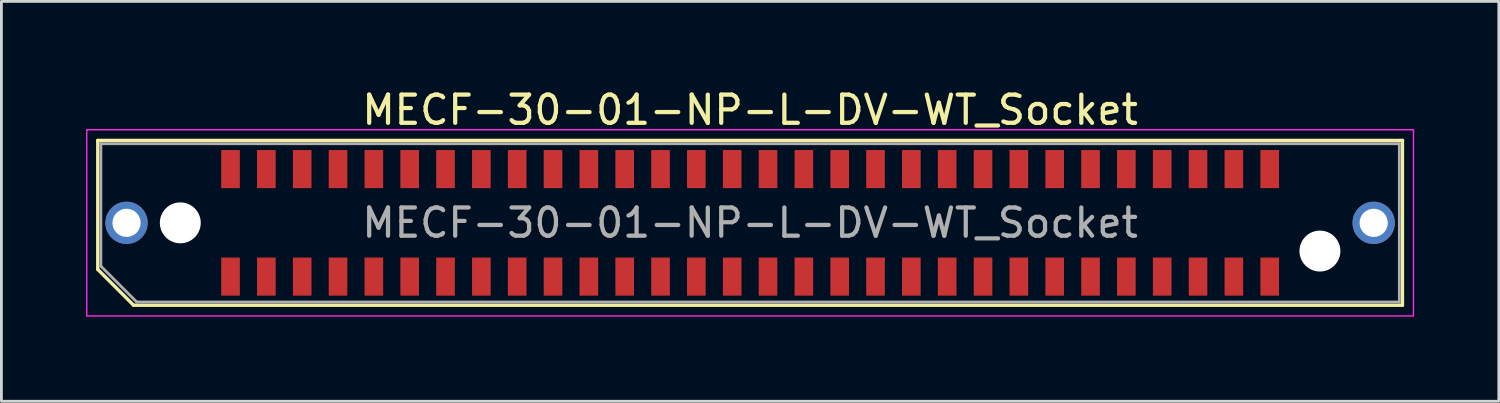
<source format=kicad_pcb>
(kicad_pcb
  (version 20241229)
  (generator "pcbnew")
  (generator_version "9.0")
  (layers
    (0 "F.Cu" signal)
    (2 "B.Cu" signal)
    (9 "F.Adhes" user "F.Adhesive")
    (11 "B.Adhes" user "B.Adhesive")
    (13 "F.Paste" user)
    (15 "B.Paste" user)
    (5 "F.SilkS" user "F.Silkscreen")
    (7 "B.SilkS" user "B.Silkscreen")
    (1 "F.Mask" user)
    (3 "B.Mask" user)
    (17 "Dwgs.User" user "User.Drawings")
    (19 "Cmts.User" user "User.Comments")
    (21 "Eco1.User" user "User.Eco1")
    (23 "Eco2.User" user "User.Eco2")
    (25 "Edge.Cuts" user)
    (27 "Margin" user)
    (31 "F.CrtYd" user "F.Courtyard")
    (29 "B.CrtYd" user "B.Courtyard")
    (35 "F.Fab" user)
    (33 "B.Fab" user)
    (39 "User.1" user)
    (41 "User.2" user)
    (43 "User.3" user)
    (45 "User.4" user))
  (footprint "MECF-30-01-NP-L-DV-WT_Socket"
    (layer "F.Cu")
    (at 23.535 4.848)
    (property "Reference" "MECF-30-01-NP-L-DV-WT_Socket" (at 0 -4 0) (layer "F.SilkS") (effects (font (size 1 1) (thickness 0.15))))
    (attr smd)
    (fp_line (start -23.12 -2.92) (end 23.12 -2.92) (stroke (width 0.12) (type solid)) (layer "F.SilkS"))
    (fp_line (start -23.12 1.65) (end -23.12 -2.92) (stroke (width 0.12) (type solid)) (layer "F.SilkS"))
    (fp_line (start -21.85 2.92) (end -23.12 1.65) (stroke (width 0.12) (type solid)) (layer "F.SilkS"))
    (fp_line (start -21.85 2.92) (end 23.12 2.92) (stroke (width 0.12) (type solid)) (layer "F.SilkS"))
    (fp_line (start 23.12 2.92) (end 23.12 -2.92) (stroke (width 0.12) (type solid)) (layer "F.SilkS"))
    (fp_line (start -23.51 -3.3) (end -23.51 3.3) (stroke (width 0.05) (type solid)) (layer "F.CrtYd"))
    (fp_line (start -23.51 3.3) (end 23.51 3.3) (stroke (width 0.05) (type solid)) (layer "F.CrtYd"))
    (fp_line (start 23.51 -3.3) (end -23.51 -3.3) (stroke (width 0.05) (type solid)) (layer "F.CrtYd"))
    (fp_line (start 23.51 3.3) (end 23.51 -3.3) (stroke (width 0.05) (type solid)) (layer "F.CrtYd"))
    (fp_line (start -23.01 -2.805) (end 23.01 -2.805) (stroke (width 0.1) (type solid)) (layer "F.Fab"))
    (fp_line (start -23.01 1.535) (end -23.01 -2.805) (stroke (width 0.1) (type solid)) (layer "F.Fab"))
    (fp_line (start -23.01 1.535) (end -21.74 2.805) (stroke (width 0.1) (type solid)) (layer "F.Fab"))
    (fp_line (start -21.74 2.805) (end 23.01 2.805) (stroke (width 0.1) (type solid)) (layer "F.Fab"))
    (fp_line (start 23.01 2.805) (end 23.01 -2.805) (stroke (width 0.1) (type solid)) (layer "F.Fab"))
    (fp_text user "${REFERENCE}" (at 0 0 0) (layer "F.Fab") (effects (font (size 1 1) (thickness 0.15))))
    (pad "" thru_hole circle (at -22.1 0) (size 1.5 1.5) (drill 1) (layers "*.Cu" "*.Mask"))
    (pad "" np_thru_hole circle (at -20.195 0) (size 1.45 1.45) (drill 1.45) (layers "*.Cu" "*.Mask"))
    (pad "" np_thru_hole circle (at 20.195 1) (size 1.45 1.45) (drill 1.45) (layers "*.Cu" "*.Mask"))
    (pad "" thru_hole circle (at 22.1 0) (size 1.5 1.5) (drill 1) (layers "*.Cu" "*.Mask"))
    (pad "1" smd rect (at -18.415 1.905) (size 0.66 1.35) (layers "F.Cu" "F.Mask" "F.Paste"))
    (pad "2" smd rect (at -18.415 -1.905) (size 0.66 1.35) (layers "F.Cu" "F.Mask" "F.Paste"))
    (pad "3" smd rect (at -17.145 1.905) (size 0.66 1.35) (layers "F.Cu" "F.Mask" "F.Paste"))
    (pad "4" smd rect (at -17.145 -1.905) (size 0.66 1.35) (layers "F.Cu" "F.Mask" "F.Paste"))
    (pad "5" smd rect (at -15.875 1.905) (size 0.66 1.35) (layers "F.Cu" "F.Mask" "F.Paste"))
    (pad "6" smd rect (at -15.875 -1.905) (size 0.66 1.35) (layers "F.Cu" "F.Mask" "F.Paste"))
    (pad "7" smd rect (at -14.605 1.905) (size 0.66 1.35) (layers "F.Cu" "F.Mask" "F.Paste"))
    (pad "8" smd rect (at -14.605 -1.905) (size 0.66 1.35) (layers "F.Cu" "F.Mask" "F.Paste"))
    (pad "9" smd rect (at -13.335 1.905) (size 0.66 1.35) (layers "F.Cu" "F.Mask" "F.Paste"))
    (pad "10" smd rect (at -13.335 -1.905) (size 0.66 1.35) (layers "F.Cu" "F.Mask" "F.Paste"))
    (pad "11" smd rect (at -12.065 1.905) (size 0.66 1.35) (layers "F.Cu" "F.Mask" "F.Paste"))
    (pad "12" smd rect (at -12.065 -1.905) (size 0.66 1.35) (layers "F.Cu" "F.Mask" "F.Paste"))
    (pad "13" smd rect (at -10.795 1.905) (size 0.66 1.35) (layers "F.Cu" "F.Mask" "F.Paste"))
    (pad "14" smd rect (at -10.795 -1.905) (size 0.66 1.35) (layers "F.Cu" "F.Mask" "F.Paste"))
    (pad "15" smd rect (at -9.525 1.905) (size 0.66 1.35) (layers "F.Cu" "F.Mask" "F.Paste"))
    (pad "16" smd rect (at -9.525 -1.905) (size 0.66 1.35) (layers "F.Cu" "F.Mask" "F.Paste"))
    (pad "17" smd rect (at -8.255 1.905) (size 0.66 1.35) (layers "F.Cu" "F.Mask" "F.Paste"))
    (pad "18" smd rect (at -8.255 -1.905) (size 0.66 1.35) (layers "F.Cu" "F.Mask" "F.Paste"))
    (pad "19" smd rect (at -6.985 1.905) (size 0.66 1.35) (layers "F.Cu" "F.Mask" "F.Paste"))
    (pad "20" smd rect (at -6.985 -1.905) (size 0.66 1.35) (layers "F.Cu" "F.Mask" "F.Paste"))
    (pad "21" smd rect (at -5.715 1.905) (size 0.66 1.35) (layers "F.Cu" "F.Mask" "F.Paste"))
    (pad "22" smd rect (at -5.715 -1.905) (size 0.66 1.35) (layers "F.Cu" "F.Mask" "F.Paste"))
    (pad "23" smd rect (at -4.445 1.905) (size 0.66 1.35) (layers "F.Cu" "F.Mask" "F.Paste"))
    (pad "24" smd rect (at -4.445 -1.905) (size 0.66 1.35) (layers "F.Cu" "F.Mask" "F.Paste"))
    (pad "25" smd rect (at -3.175 1.905) (size 0.66 1.35) (layers "F.Cu" "F.Mask" "F.Paste"))
    (pad "26" smd rect (at -3.175 -1.905) (size 0.66 1.35) (layers "F.Cu" "F.Mask" "F.Paste"))
    (pad "27" smd rect (at -1.905 1.905) (size 0.66 1.35) (layers "F.Cu" "F.Mask" "F.Paste"))
    (pad "28" smd rect (at -1.905 -1.905) (size 0.66 1.35) (layers "F.Cu" "F.Mask" "F.Paste"))
    (pad "29" smd rect (at -0.635 1.905) (size 0.66 1.35) (layers "F.Cu" "F.Mask" "F.Paste"))
    (pad "30" smd rect (at -0.635 -1.905) (size 0.66 1.35) (layers "F.Cu" "F.Mask" "F.Paste"))
    (pad "31" smd rect (at 0.635 1.905) (size 0.66 1.35) (layers "F.Cu" "F.Mask" "F.Paste"))
    (pad "32" smd rect (at 0.635 -1.905) (size 0.66 1.35) (layers "F.Cu" "F.Mask" "F.Paste"))
    (pad "33" smd rect (at 1.905 1.905) (size 0.66 1.35) (layers "F.Cu" "F.Mask" "F.Paste"))
    (pad "34" smd rect (at 1.905 -1.905) (size 0.66 1.35) (layers "F.Cu" "F.Mask" "F.Paste"))
    (pad "35" smd rect (at 3.175 1.905) (size 0.66 1.35) (layers "F.Cu" "F.Mask" "F.Paste"))
    (pad "36" smd rect (at 3.175 -1.905) (size 0.66 1.35) (layers "F.Cu" "F.Mask" "F.Paste"))
    (pad "37" smd rect (at 4.445 1.905) (size 0.66 1.35) (layers "F.Cu" "F.Mask" "F.Paste"))
    (pad "38" smd rect (at 4.445 -1.905) (size 0.66 1.35) (layers "F.Cu" "F.Mask" "F.Paste"))
    (pad "39" smd rect (at 5.715 1.905) (size 0.66 1.35) (layers "F.Cu" "F.Mask" "F.Paste"))
    (pad "40" smd rect (at 5.715 -1.905) (size 0.66 1.35) (layers "F.Cu" "F.Mask" "F.Paste"))
    (pad "41" smd rect (at 6.985 1.905) (size 0.66 1.35) (layers "F.Cu" "F.Mask" "F.Paste"))
    (pad "42" smd rect (at 6.985 -1.905) (size 0.66 1.35) (layers "F.Cu" "F.Mask" "F.Paste"))
    (pad "43" smd rect (at 8.255 1.905) (size 0.66 1.35) (layers "F.Cu" "F.Mask" "F.Paste"))
    (pad "44" smd rect (at 8.255 -1.905) (size 0.66 1.35) (layers "F.Cu" "F.Mask" "F.Paste"))
    (pad "45" smd rect (at 9.525 1.905) (size 0.66 1.35) (layers "F.Cu" "F.Mask" "F.Paste"))
    (pad "46" smd rect (at 9.525 -1.905) (size 0.66 1.35) (layers "F.Cu" "F.Mask" "F.Paste"))
    (pad "47" smd rect (at 10.795 1.905) (size 0.66 1.35) (layers "F.Cu" "F.Mask" "F.Paste"))
    (pad "48" smd rect (at 10.795 -1.905) (size 0.66 1.35) (layers "F.Cu" "F.Mask" "F.Paste"))
    (pad "49" smd rect (at 12.065 1.905) (size 0.66 1.35) (layers "F.Cu" "F.Mask" "F.Paste"))
    (pad "50" smd rect (at 12.065 -1.905) (size 0.66 1.35) (layers "F.Cu" "F.Mask" "F.Paste"))
    (pad "51" smd rect (at 13.335 1.905) (size 0.66 1.35) (layers "F.Cu" "F.Mask" "F.Paste"))
    (pad "52" smd rect (at 13.335 -1.905) (size 0.66 1.35) (layers "F.Cu" "F.Mask" "F.Paste"))
    (pad "53" smd rect (at 14.605 1.905) (size 0.66 1.35) (layers "F.Cu" "F.Mask" "F.Paste"))
    (pad "54" smd rect (at 14.605 -1.905) (size 0.66 1.35) (layers "F.Cu" "F.Mask" "F.Paste"))
    (pad "55" smd rect (at 15.875 1.905) (size 0.66 1.35) (layers "F.Cu" "F.Mask" "F.Paste"))
    (pad "56" smd rect (at 15.875 -1.905) (size 0.66 1.35) (layers "F.Cu" "F.Mask" "F.Paste"))
    (pad "57" smd rect (at 17.145 1.905) (size 0.66 1.35) (layers "F.Cu" "F.Mask" "F.Paste"))
    (pad "58" smd rect (at 17.145 -1.905) (size 0.66 1.35) (layers "F.Cu" "F.Mask" "F.Paste"))
    (pad "59" smd rect (at 18.415 1.905) (size 0.66 1.35) (layers "F.Cu" "F.Mask" "F.Paste"))
    (pad "60" smd rect (at 18.415 -1.905) (size 0.66 1.35) (layers "F.Cu" "F.Mask" "F.Paste")))
  (gr_rect
    (start -3 -3)
    (end 50.07 11.173)
    (stroke (width 0.1) (type default))
    (fill no)
    (layer "Edge.Cuts")))
</source>
